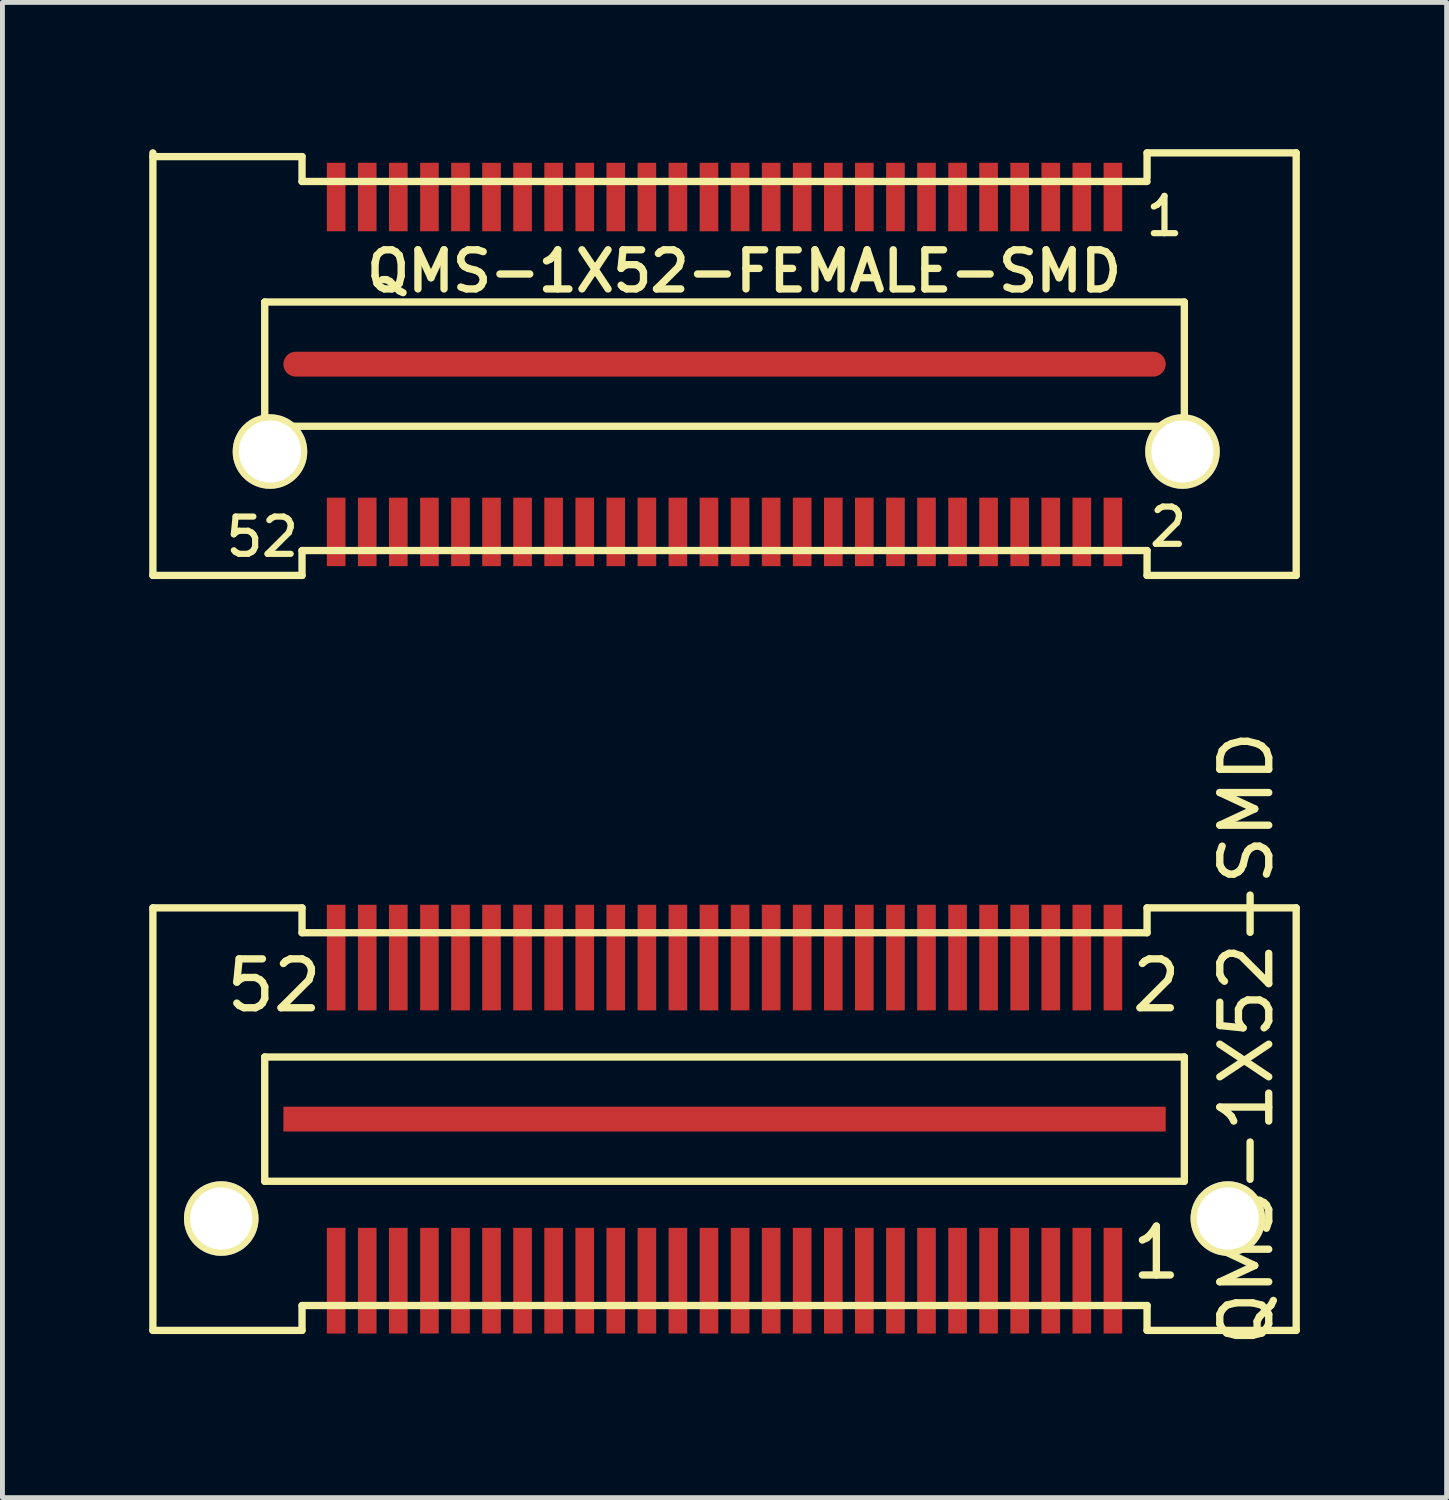
<source format=kicad_pcb>
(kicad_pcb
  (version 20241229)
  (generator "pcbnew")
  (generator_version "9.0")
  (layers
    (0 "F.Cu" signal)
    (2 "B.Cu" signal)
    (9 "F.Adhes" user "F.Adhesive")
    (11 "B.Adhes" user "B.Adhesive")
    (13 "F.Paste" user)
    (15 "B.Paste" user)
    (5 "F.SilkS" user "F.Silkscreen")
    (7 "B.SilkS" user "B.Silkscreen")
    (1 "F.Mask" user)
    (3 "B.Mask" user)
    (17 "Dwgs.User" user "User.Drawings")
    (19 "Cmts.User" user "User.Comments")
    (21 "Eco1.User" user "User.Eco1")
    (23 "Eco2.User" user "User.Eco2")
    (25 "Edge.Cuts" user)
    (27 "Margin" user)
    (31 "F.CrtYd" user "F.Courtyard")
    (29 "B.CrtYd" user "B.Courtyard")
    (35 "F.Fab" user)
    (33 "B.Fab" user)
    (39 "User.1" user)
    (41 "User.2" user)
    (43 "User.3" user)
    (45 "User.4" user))
  (footprint "QMS-1X52-FEMALE-SMD"
    (layer "F.Cu")
    (at 11.759 4.393)
    (property "Reference" "QMS-1X52-FEMALE-SMD" (at 0.4 -1.9 0) (layer "F.SilkS") (effects (font (size 0.8 0.8) (thickness 0.15))))
    (attr smd)
    (fp_line (start -11.684 -4.318) (end -11.684 4.318) (stroke (width 0.15) (type solid)) (layer "F.SilkS"))
    (fp_line (start -9.398 -1.27) (end -9.398 1.27) (stroke (width 0.15) (type solid)) (layer "F.SilkS"))
    (fp_line (start -9.398 1.27) (end 9.398 1.27) (stroke (width 0.15) (type solid)) (layer "F.SilkS"))
    (fp_line (start -8.636 -4.242) (end -11.684 -4.242) (stroke (width 0.15) (type solid)) (layer "F.SilkS"))
    (fp_line (start -8.636 -3.734) (end -8.636 -4.242) (stroke (width 0.15) (type solid)) (layer "F.SilkS"))
    (fp_line (start -8.636 3.81) (end 8.636 3.81) (stroke (width 0.15) (type solid)) (layer "F.SilkS"))
    (fp_line (start -8.636 4.318) (end -11.684 4.318) (stroke (width 0.15) (type solid)) (layer "F.SilkS"))
    (fp_line (start -8.636 4.318) (end -8.636 3.81) (stroke (width 0.15) (type solid)) (layer "F.SilkS"))
    (fp_line (start 8.636 -4.318) (end 8.636 -3.81) (stroke (width 0.15) (type solid)) (layer "F.SilkS"))
    (fp_line (start 8.636 -3.734) (end -8.636 -3.734) (stroke (width 0.15) (type solid)) (layer "F.SilkS"))
    (fp_line (start 8.636 3.81) (end 8.636 4.318) (stroke (width 0.15) (type solid)) (layer "F.SilkS"))
    (fp_line (start 8.636 4.318) (end 11.684 4.318) (stroke (width 0.15) (type solid)) (layer "F.SilkS"))
    (fp_line (start 9.398 -1.27) (end -9.398 -1.27) (stroke (width 0.15) (type solid)) (layer "F.SilkS"))
    (fp_line (start 9.398 1.27) (end 9.398 -1.27) (stroke (width 0.15) (type solid)) (layer "F.SilkS"))
    (fp_line (start 11.684 -4.318) (end 8.636 -4.318) (stroke (width 0.15) (type solid)) (layer "F.SilkS"))
    (fp_line (start 11.684 4.318) (end 11.684 -4.318) (stroke (width 0.15) (type solid)) (layer "F.SilkS"))
    (fp_text user "1" (at 8.992 -3.023 0) (layer "F.SilkS") (effects (font (size 0.762 0.762) (thickness 0.127))))
    (fp_text user "52" (at -9.449 3.531 0) (layer "F.SilkS") (effects (font (size 0.762 0.762) (thickness 0.127))))
    (fp_text user "2" (at 9.068 3.327 0) (layer "F.SilkS") (effects (font (size 0.762 0.762) (thickness 0.127))))
    (pad "" thru_hole circle (at -9.291 1.786) (size 1.524 1.524) (drill 1.27) (layers "*.Cu" "*.Mask" "F.SilkS"))
    (pad "" thru_hole circle (at 9.36 1.786) (size 1.524 1.524) (drill 1.27) (layers "*.Cu" "*.Mask" "F.SilkS"))
    (pad "1" smd rect (at 7.938 -3.416) (size 0.381 1.4) (layers "F.Cu" "F.Mask" "F.Paste"))
    (pad "2" smd rect (at 7.938 3.429) (size 0.381 1.4) (layers "F.Cu" "F.Mask" "F.Paste"))
    (pad "3" smd rect (at 7.303 -3.416) (size 0.381 1.4) (layers "F.Cu" "F.Mask" "F.Paste"))
    (pad "4" smd rect (at 7.303 3.429) (size 0.381 1.4) (layers "F.Cu" "F.Mask" "F.Paste"))
    (pad "5" smd rect (at 6.668 -3.416) (size 0.381 1.4) (layers "F.Cu" "F.Mask" "F.Paste"))
    (pad "6" smd rect (at 6.668 3.429) (size 0.381 1.4) (layers "F.Cu" "F.Mask" "F.Paste"))
    (pad "7" smd rect (at 6.032 -3.416) (size 0.381 1.4) (layers "F.Cu" "F.Mask" "F.Paste"))
    (pad "8" smd rect (at 6.032 3.429) (size 0.381 1.4) (layers "F.Cu" "F.Mask" "F.Paste"))
    (pad "9" smd rect (at 5.397 -3.416) (size 0.381 1.4) (layers "F.Cu" "F.Mask" "F.Paste"))
    (pad "10" smd rect (at 5.397 3.429) (size 0.381 1.4) (layers "F.Cu" "F.Mask" "F.Paste"))
    (pad "11" smd rect (at 4.763 -3.416) (size 0.381 1.4) (layers "F.Cu" "F.Mask" "F.Paste"))
    (pad "12" smd rect (at 4.763 3.429) (size 0.381 1.4) (layers "F.Cu" "F.Mask" "F.Paste"))
    (pad "13" smd rect (at 4.128 -3.416) (size 0.381 1.4) (layers "F.Cu" "F.Mask" "F.Paste"))
    (pad "14" smd rect (at 4.128 3.429) (size 0.381 1.4) (layers "F.Cu" "F.Mask" "F.Paste"))
    (pad "15" smd rect (at 3.493 -3.416) (size 0.381 1.4) (layers "F.Cu" "F.Mask" "F.Paste"))
    (pad "16" smd rect (at 3.493 3.429) (size 0.381 1.4) (layers "F.Cu" "F.Mask" "F.Paste"))
    (pad "17" smd rect (at 2.857 -3.416) (size 0.381 1.4) (layers "F.Cu" "F.Mask" "F.Paste"))
    (pad "18" smd rect (at 2.857 3.429) (size 0.381 1.4) (layers "F.Cu" "F.Mask" "F.Paste"))
    (pad "19" smd rect (at 2.223 -3.416) (size 0.381 1.4) (layers "F.Cu" "F.Mask" "F.Paste"))
    (pad "20" smd rect (at 2.223 3.429) (size 0.381 1.4) (layers "F.Cu" "F.Mask" "F.Paste"))
    (pad "21" smd rect (at 1.587 -3.416) (size 0.381 1.4) (layers "F.Cu" "F.Mask" "F.Paste"))
    (pad "22" smd rect (at 1.587 3.429) (size 0.381 1.4) (layers "F.Cu" "F.Mask" "F.Paste"))
    (pad "23" smd rect (at 0.953 -3.416) (size 0.381 1.4) (layers "F.Cu" "F.Mask" "F.Paste"))
    (pad "24" smd rect (at 0.953 3.429) (size 0.381 1.4) (layers "F.Cu" "F.Mask" "F.Paste"))
    (pad "25" smd rect (at 0.318 -3.416) (size 0.381 1.4) (layers "F.Cu" "F.Mask" "F.Paste"))
    (pad "26" smd rect (at 0.318 3.429) (size 0.381 1.4) (layers "F.Cu" "F.Mask" "F.Paste"))
    (pad "27" smd rect (at -0.318 -3.416) (size 0.381 1.4) (layers "F.Cu" "F.Mask" "F.Paste"))
    (pad "28" smd rect (at -0.318 3.429) (size 0.381 1.4) (layers "F.Cu" "F.Mask" "F.Paste"))
    (pad "29" smd rect (at -0.953 -3.416) (size 0.381 1.4) (layers "F.Cu" "F.Mask" "F.Paste"))
    (pad "30" smd rect (at -0.953 3.429) (size 0.381 1.4) (layers "F.Cu" "F.Mask" "F.Paste"))
    (pad "31" smd rect (at -1.587 -3.416) (size 0.381 1.4) (layers "F.Cu" "F.Mask" "F.Paste"))
    (pad "32" smd rect (at -1.587 3.429) (size 0.381 1.4) (layers "F.Cu" "F.Mask" "F.Paste"))
    (pad "33" smd rect (at -2.223 -3.416) (size 0.381 1.4) (layers "F.Cu" "F.Mask" "F.Paste"))
    (pad "34" smd rect (at -2.223 3.429) (size 0.381 1.4) (layers "F.Cu" "F.Mask" "F.Paste"))
    (pad "35" smd rect (at -2.857 -3.416) (size 0.381 1.4) (layers "F.Cu" "F.Mask" "F.Paste"))
    (pad "36" smd rect (at -2.857 3.429) (size 0.381 1.4) (layers "F.Cu" "F.Mask" "F.Paste"))
    (pad "37" smd rect (at -3.493 -3.416) (size 0.381 1.4) (layers "F.Cu" "F.Mask" "F.Paste"))
    (pad "38" smd rect (at -3.493 3.429) (size 0.381 1.4) (layers "F.Cu" "F.Mask" "F.Paste"))
    (pad "39" smd rect (at -4.128 -3.416) (size 0.381 1.4) (layers "F.Cu" "F.Mask" "F.Paste"))
    (pad "40" smd rect (at -4.128 3.429) (size 0.381 1.4) (layers "F.Cu" "F.Mask" "F.Paste"))
    (pad "41" smd rect (at -4.763 -3.416) (size 0.381 1.4) (layers "F.Cu" "F.Mask" "F.Paste"))
    (pad "42" smd rect (at -4.763 3.429) (size 0.381 1.4) (layers "F.Cu" "F.Mask" "F.Paste"))
    (pad "43" smd rect (at -5.397 -3.416) (size 0.381 1.4) (layers "F.Cu" "F.Mask" "F.Paste"))
    (pad "44" smd rect (at -5.397 3.429) (size 0.381 1.4) (layers "F.Cu" "F.Mask" "F.Paste"))
    (pad "45" smd rect (at -6.032 -3.416) (size 0.381 1.4) (layers "F.Cu" "F.Mask" "F.Paste"))
    (pad "46" smd rect (at -6.032 3.429) (size 0.381 1.4) (layers "F.Cu" "F.Mask" "F.Paste"))
    (pad "47" smd rect (at -6.668 -3.416) (size 0.381 1.4) (layers "F.Cu" "F.Mask" "F.Paste"))
    (pad "48" smd rect (at -6.668 3.429) (size 0.381 1.4) (layers "F.Cu" "F.Mask" "F.Paste"))
    (pad "49" smd rect (at -7.303 -3.416) (size 0.381 1.4) (layers "F.Cu" "F.Mask" "F.Paste"))
    (pad "50" smd rect (at -7.303 3.429) (size 0.381 1.4) (layers "F.Cu" "F.Mask" "F.Paste"))
    (pad "51" smd rect (at -7.938 -3.416) (size 0.381 1.4) (layers "F.Cu" "F.Mask" "F.Paste"))
    (pad "52" smd rect (at -7.938 3.429) (size 0.381 1.4) (layers "F.Cu" "F.Mask" "F.Paste"))
    (pad "53" smd oval (at 0 0) (size 18.034 0.508) (layers "F.Cu" "F.Mask" "F.Paste")))
  (footprint "QMS-1X52-SMD"
    (layer "F.Cu")
    (at 11.759 19.824)
    (property "Reference" "QMS-1X52-SMD" (at 10.668 -1.651 90) (layer "F.SilkS") (effects (font (size 1 1) (thickness 0.15))))
    (attr smd)
    (fp_line (start -11.684 4.318) (end -11.684 -4.318) (stroke (width 0.15) (type solid)) (layer "F.SilkS"))
    (fp_line (start -9.398 -1.27) (end 9.398 -1.27) (stroke (width 0.15) (type solid)) (layer "F.SilkS"))
    (fp_line (start -9.398 1.27) (end -9.398 -1.27) (stroke (width 0.15) (type solid)) (layer "F.SilkS"))
    (fp_line (start -8.636 -4.318) (end -11.684 -4.318) (stroke (width 0.15) (type solid)) (layer "F.SilkS"))
    (fp_line (start -8.636 -4.318) (end -8.636 -3.81) (stroke (width 0.15) (type solid)) (layer "F.SilkS"))
    (fp_line (start -8.636 -3.81) (end 8.636 -3.81) (stroke (width 0.15) (type solid)) (layer "F.SilkS"))
    (fp_line (start -8.636 3.81) (end -8.636 4.318) (stroke (width 0.15) (type solid)) (layer "F.SilkS"))
    (fp_line (start -8.636 4.318) (end -11.684 4.318) (stroke (width 0.15) (type solid)) (layer "F.SilkS"))
    (fp_line (start 8.636 -4.318) (end 11.684 -4.318) (stroke (width 0.15) (type solid)) (layer "F.SilkS"))
    (fp_line (start 8.636 -3.81) (end 8.636 -4.318) (stroke (width 0.15) (type solid)) (layer "F.SilkS"))
    (fp_line (start 8.636 3.81) (end -8.636 3.81) (stroke (width 0.15) (type solid)) (layer "F.SilkS"))
    (fp_line (start 8.636 4.318) (end 8.636 3.81) (stroke (width 0.15) (type solid)) (layer "F.SilkS"))
    (fp_line (start 9.398 -1.27) (end 9.398 1.27) (stroke (width 0.15) (type solid)) (layer "F.SilkS"))
    (fp_line (start 9.398 1.27) (end -9.398 1.27) (stroke (width 0.15) (type solid)) (layer "F.SilkS"))
    (fp_line (start 11.684 -4.318) (end 11.684 4.318) (stroke (width 0.15) (type solid)) (layer "F.SilkS"))
    (fp_line (start 11.684 4.318) (end 8.636 4.318) (stroke (width 0.15) (type solid)) (layer "F.SilkS"))
    (fp_text user "52" (at -9.207 -2.731 0) (layer "F.SilkS") (effects (font (size 1 1) (thickness 0.15))))
    (fp_text user "2" (at 8.826 -2.731 0) (layer "F.SilkS") (effects (font (size 1 1) (thickness 0.15))))
    (fp_text user "1" (at 8.826 2.731 0) (layer "F.SilkS") (effects (font (size 1 1) (thickness 0.15))))
    (pad "" thru_hole circle (at -10.287 2.032) (size 1.524 1.524) (drill 1.27) (layers "*.Cu" "*.Mask" "F.SilkS"))
    (pad "" thru_hole circle (at 10.287 2.032) (size 1.524 1.524) (drill 1.27) (layers "*.Cu" "*.Mask" "F.SilkS"))
    (pad "1" smd rect (at 7.938 3.302) (size 0.381 2.159) (layers "F.Cu" "F.Mask" "F.Paste"))
    (pad "2" smd rect (at 7.938 -3.302) (size 0.381 2.159) (layers "F.Cu" "F.Mask" "F.Paste"))
    (pad "3" smd rect (at 7.303 3.302) (size 0.381 2.159) (layers "F.Cu" "F.Mask" "F.Paste"))
    (pad "4" smd rect (at 7.303 -3.302) (size 0.381 2.159) (layers "F.Cu" "F.Mask" "F.Paste"))
    (pad "5" smd rect (at 6.668 3.302) (size 0.381 2.159) (layers "F.Cu" "F.Mask" "F.Paste"))
    (pad "6" smd rect (at 6.668 -3.302) (size 0.381 2.159) (layers "F.Cu" "F.Mask" "F.Paste"))
    (pad "7" smd rect (at 6.032 3.302) (size 0.381 2.159) (layers "F.Cu" "F.Mask" "F.Paste"))
    (pad "8" smd rect (at 6.032 -3.302) (size 0.381 2.159) (layers "F.Cu" "F.Mask" "F.Paste"))
    (pad "9" smd rect (at 5.397 3.302) (size 0.381 2.159) (layers "F.Cu" "F.Mask" "F.Paste"))
    (pad "10" smd rect (at 5.397 -3.302) (size 0.381 2.159) (layers "F.Cu" "F.Mask" "F.Paste"))
    (pad "11" smd rect (at 4.763 3.302) (size 0.381 2.159) (layers "F.Cu" "F.Mask" "F.Paste"))
    (pad "12" smd rect (at 4.763 -3.302) (size 0.381 2.159) (layers "F.Cu" "F.Mask" "F.Paste"))
    (pad "13" smd rect (at 4.128 3.302) (size 0.381 2.159) (layers "F.Cu" "F.Mask" "F.Paste"))
    (pad "14" smd rect (at 4.128 -3.302) (size 0.381 2.159) (layers "F.Cu" "F.Mask" "F.Paste"))
    (pad "15" smd rect (at 3.493 3.302) (size 0.381 2.159) (layers "F.Cu" "F.Mask" "F.Paste"))
    (pad "16" smd rect (at 3.493 -3.302) (size 0.381 2.159) (layers "F.Cu" "F.Mask" "F.Paste"))
    (pad "17" smd rect (at 2.857 3.302) (size 0.381 2.159) (layers "F.Cu" "F.Mask" "F.Paste"))
    (pad "18" smd rect (at 2.857 -3.302) (size 0.381 2.159) (layers "F.Cu" "F.Mask" "F.Paste"))
    (pad "19" smd rect (at 2.223 3.302) (size 0.381 2.159) (layers "F.Cu" "F.Mask" "F.Paste"))
    (pad "20" smd rect (at 2.223 -3.302) (size 0.381 2.159) (layers "F.Cu" "F.Mask" "F.Paste"))
    (pad "21" smd rect (at 1.587 3.302) (size 0.381 2.159) (layers "F.Cu" "F.Mask" "F.Paste"))
    (pad "22" smd rect (at 1.587 -3.302) (size 0.381 2.159) (layers "F.Cu" "F.Mask" "F.Paste"))
    (pad "23" smd rect (at 0.953 3.302) (size 0.381 2.159) (layers "F.Cu" "F.Mask" "F.Paste"))
    (pad "24" smd rect (at 0.953 -3.302) (size 0.381 2.159) (layers "F.Cu" "F.Mask" "F.Paste"))
    (pad "25" smd rect (at 0.318 3.302) (size 0.381 2.159) (layers "F.Cu" "F.Mask" "F.Paste"))
    (pad "26" smd rect (at 0.318 -3.302) (size 0.381 2.159) (layers "F.Cu" "F.Mask" "F.Paste"))
    (pad "27" smd rect (at -0.318 3.302) (size 0.381 2.159) (layers "F.Cu" "F.Mask" "F.Paste"))
    (pad "28" smd rect (at -0.318 -3.302) (size 0.381 2.159) (layers "F.Cu" "F.Mask" "F.Paste"))
    (pad "29" smd rect (at -0.953 3.302) (size 0.381 2.159) (layers "F.Cu" "F.Mask" "F.Paste"))
    (pad "30" smd rect (at -0.953 -3.302) (size 0.381 2.159) (layers "F.Cu" "F.Mask" "F.Paste"))
    (pad "31" smd rect (at -1.587 3.302) (size 0.381 2.159) (layers "F.Cu" "F.Mask" "F.Paste"))
    (pad "32" smd rect (at -1.587 -3.302) (size 0.381 2.159) (layers "F.Cu" "F.Mask" "F.Paste"))
    (pad "33" smd rect (at -2.223 3.302) (size 0.381 2.159) (layers "F.Cu" "F.Mask" "F.Paste"))
    (pad "34" smd rect (at -2.223 -3.302) (size 0.381 2.159) (layers "F.Cu" "F.Mask" "F.Paste"))
    (pad "35" smd rect (at -2.857 3.302) (size 0.381 2.159) (layers "F.Cu" "F.Mask" "F.Paste"))
    (pad "36" smd rect (at -2.857 -3.302) (size 0.381 2.159) (layers "F.Cu" "F.Mask" "F.Paste"))
    (pad "37" smd rect (at -3.493 3.302) (size 0.381 2.159) (layers "F.Cu" "F.Mask" "F.Paste"))
    (pad "38" smd rect (at -3.493 -3.302) (size 0.381 2.159) (layers "F.Cu" "F.Mask" "F.Paste"))
    (pad "39" smd rect (at -4.128 3.302) (size 0.381 2.159) (layers "F.Cu" "F.Mask" "F.Paste"))
    (pad "40" smd rect (at -4.128 -3.302) (size 0.381 2.159) (layers "F.Cu" "F.Mask" "F.Paste"))
    (pad "41" smd rect (at -4.763 3.302) (size 0.381 2.159) (layers "F.Cu" "F.Mask" "F.Paste"))
    (pad "42" smd rect (at -4.763 -3.302) (size 0.381 2.159) (layers "F.Cu" "F.Mask" "F.Paste"))
    (pad "43" smd rect (at -5.397 3.302) (size 0.381 2.159) (layers "F.Cu" "F.Mask" "F.Paste"))
    (pad "44" smd rect (at -5.397 -3.302) (size 0.381 2.159) (layers "F.Cu" "F.Mask" "F.Paste"))
    (pad "45" smd rect (at -6.032 3.302) (size 0.381 2.159) (layers "F.Cu" "F.Mask" "F.Paste"))
    (pad "46" smd rect (at -6.032 -3.302) (size 0.381 2.159) (layers "F.Cu" "F.Mask" "F.Paste"))
    (pad "47" smd rect (at -6.668 3.302) (size 0.381 2.159) (layers "F.Cu" "F.Mask" "F.Paste"))
    (pad "48" smd rect (at -6.668 -3.302) (size 0.381 2.159) (layers "F.Cu" "F.Mask" "F.Paste"))
    (pad "49" smd rect (at -7.303 3.302) (size 0.381 2.159) (layers "F.Cu" "F.Mask" "F.Paste"))
    (pad "50" smd rect (at -7.303 -3.302) (size 0.381 2.159) (layers "F.Cu" "F.Mask" "F.Paste"))
    (pad "51" smd rect (at -7.938 3.302) (size 0.381 2.159) (layers "F.Cu" "F.Mask" "F.Paste"))
    (pad "52" smd rect (at -7.938 -3.302) (size 0.381 2.159) (layers "F.Cu" "F.Mask" "F.Paste"))
    (pad "53" smd rect (at 0 0) (size 18.034 0.508) (layers "F.Cu" "F.Mask" "F.Paste")))
  (gr_rect
    (start -3 -3)
    (end 26.518 27.56)
    (stroke (width 0.1) (type default))
    (fill no)
    (layer "Edge.Cuts")))
</source>
